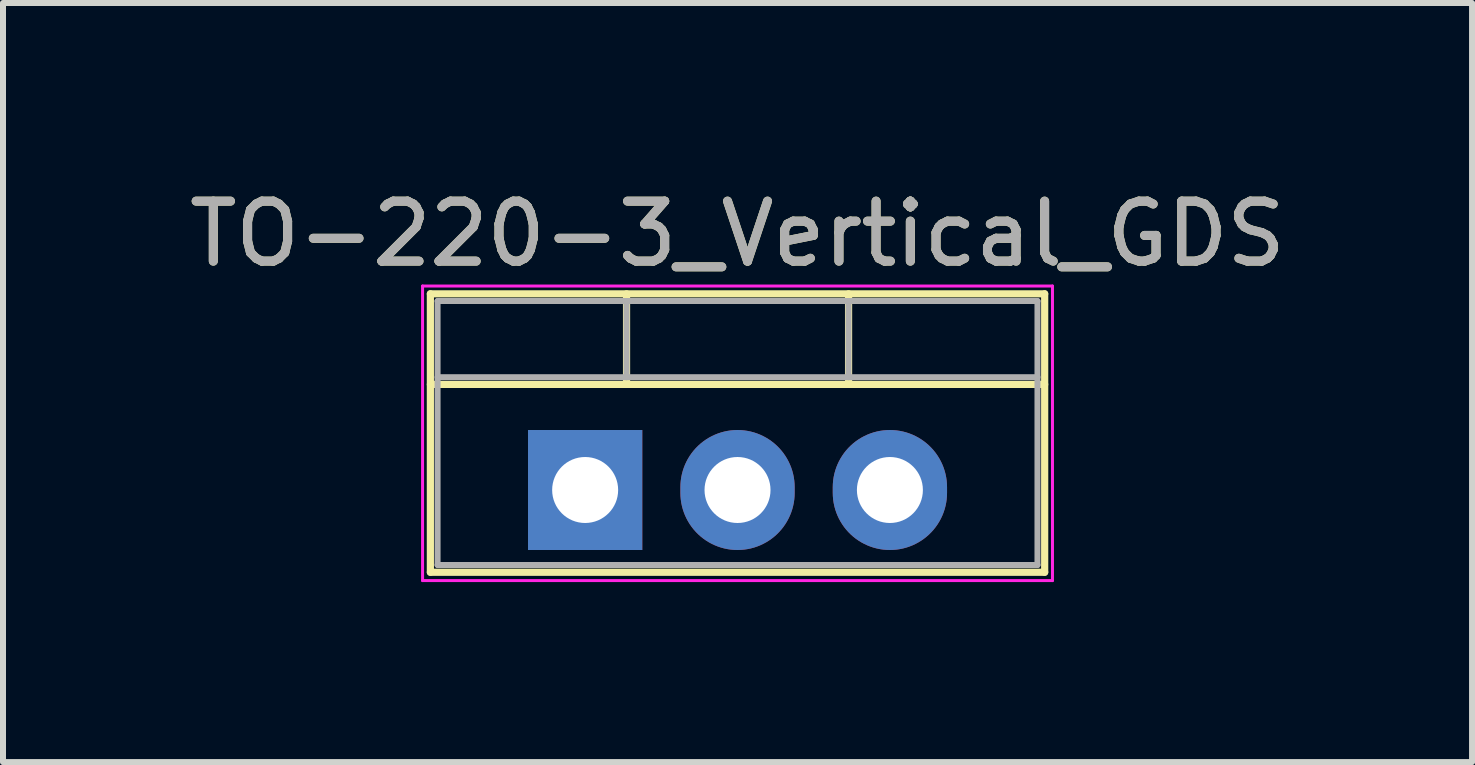
<source format=kicad_pcb>
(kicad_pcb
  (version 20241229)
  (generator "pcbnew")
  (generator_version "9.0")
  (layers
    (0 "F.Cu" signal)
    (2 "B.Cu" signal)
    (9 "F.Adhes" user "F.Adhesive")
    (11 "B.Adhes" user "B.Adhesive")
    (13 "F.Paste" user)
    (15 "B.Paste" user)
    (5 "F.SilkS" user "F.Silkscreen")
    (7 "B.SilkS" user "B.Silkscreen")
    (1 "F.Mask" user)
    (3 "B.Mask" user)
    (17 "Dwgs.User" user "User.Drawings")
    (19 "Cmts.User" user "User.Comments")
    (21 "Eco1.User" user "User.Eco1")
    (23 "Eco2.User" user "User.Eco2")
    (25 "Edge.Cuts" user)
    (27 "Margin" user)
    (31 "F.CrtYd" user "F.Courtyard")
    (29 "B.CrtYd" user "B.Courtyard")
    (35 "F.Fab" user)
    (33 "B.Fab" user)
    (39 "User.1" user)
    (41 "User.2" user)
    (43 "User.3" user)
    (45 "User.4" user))
  (footprint "TO-220-3_Vertical_GDS"
    (layer "F.Cu")
    (at 6.704 5.118)
    (property "Reference" "TO-220-3_Vertical_GDS" (at 2.54 -4.27 0) (layer "F.SilkS") (effects (font (size 1 1) (thickness 0.15))))
    (attr through_hole)
    (fp_line (start -2.58 -3.27) (end -2.58 1.371) (stroke (width 0.12) (type solid)) (layer "F.SilkS"))
    (fp_line (start -2.58 -3.27) (end 7.66 -3.27) (stroke (width 0.12) (type solid)) (layer "F.SilkS"))
    (fp_line (start -2.58 -1.76) (end 7.66 -1.76) (stroke (width 0.12) (type solid)) (layer "F.SilkS"))
    (fp_line (start -2.58 1.371) (end 7.66 1.371) (stroke (width 0.12) (type solid)) (layer "F.SilkS"))
    (fp_line (start 0.69 -3.27) (end 0.69 -1.76) (stroke (width 0.12) (type solid)) (layer "F.SilkS"))
    (fp_line (start 4.391 -3.27) (end 4.391 -1.76) (stroke (width 0.12) (type solid)) (layer "F.SilkS"))
    (fp_line (start 7.66 -3.27) (end 7.66 1.371) (stroke (width 0.12) (type solid)) (layer "F.SilkS"))
    (fp_line (start -2.71 -3.4) (end -2.71 1.51) (stroke (width 0.05) (type solid)) (layer "F.CrtYd"))
    (fp_line (start -2.71 1.51) (end 7.79 1.51) (stroke (width 0.05) (type solid)) (layer "F.CrtYd"))
    (fp_line (start 7.79 -3.4) (end -2.71 -3.4) (stroke (width 0.05) (type solid)) (layer "F.CrtYd"))
    (fp_line (start 7.79 1.51) (end 7.79 -3.4) (stroke (width 0.05) (type solid)) (layer "F.CrtYd"))
    (fp_line (start -2.46 -3.15) (end -2.46 1.25) (stroke (width 0.1) (type solid)) (layer "F.Fab"))
    (fp_line (start -2.46 -1.88) (end 7.54 -1.88) (stroke (width 0.1) (type solid)) (layer "F.Fab"))
    (fp_line (start -2.46 1.25) (end 7.54 1.25) (stroke (width 0.1) (type solid)) (layer "F.Fab"))
    (fp_line (start 0.69 -3.15) (end 0.69 -1.88) (stroke (width 0.1) (type solid)) (layer "F.Fab"))
    (fp_line (start 4.39 -3.15) (end 4.39 -1.88) (stroke (width 0.1) (type solid)) (layer "F.Fab"))
    (fp_line (start 7.54 -3.15) (end -2.46 -3.15) (stroke (width 0.1) (type solid)) (layer "F.Fab"))
    (fp_line (start 7.54 1.25) (end 7.54 -3.15) (stroke (width 0.1) (type solid)) (layer "F.Fab"))
    (fp_text user "${REFERENCE}" (at 2.54 -4.27 0) (layer "F.Fab") (effects (font (size 1 1) (thickness 0.15))))
    (pad "D" thru_hole oval (at 2.54 0) (size 1.905 2) (drill 1.1) (layers "*.Cu" "*.Mask"))
    (pad "G" thru_hole rect (at 0 0) (size 1.905 2) (drill 1.1) (layers "*.Cu" "*.Mask"))
    (pad "S" thru_hole oval (at 5.08 0) (size 1.905 2) (drill 1.1) (layers "*.Cu" "*.Mask")))
  (gr_rect
    (start -3 -3)
    (end 21.488 9.653)
    (stroke (width 0.1) (type default))
    (fill no)
    (layer "Edge.Cuts")))
</source>
